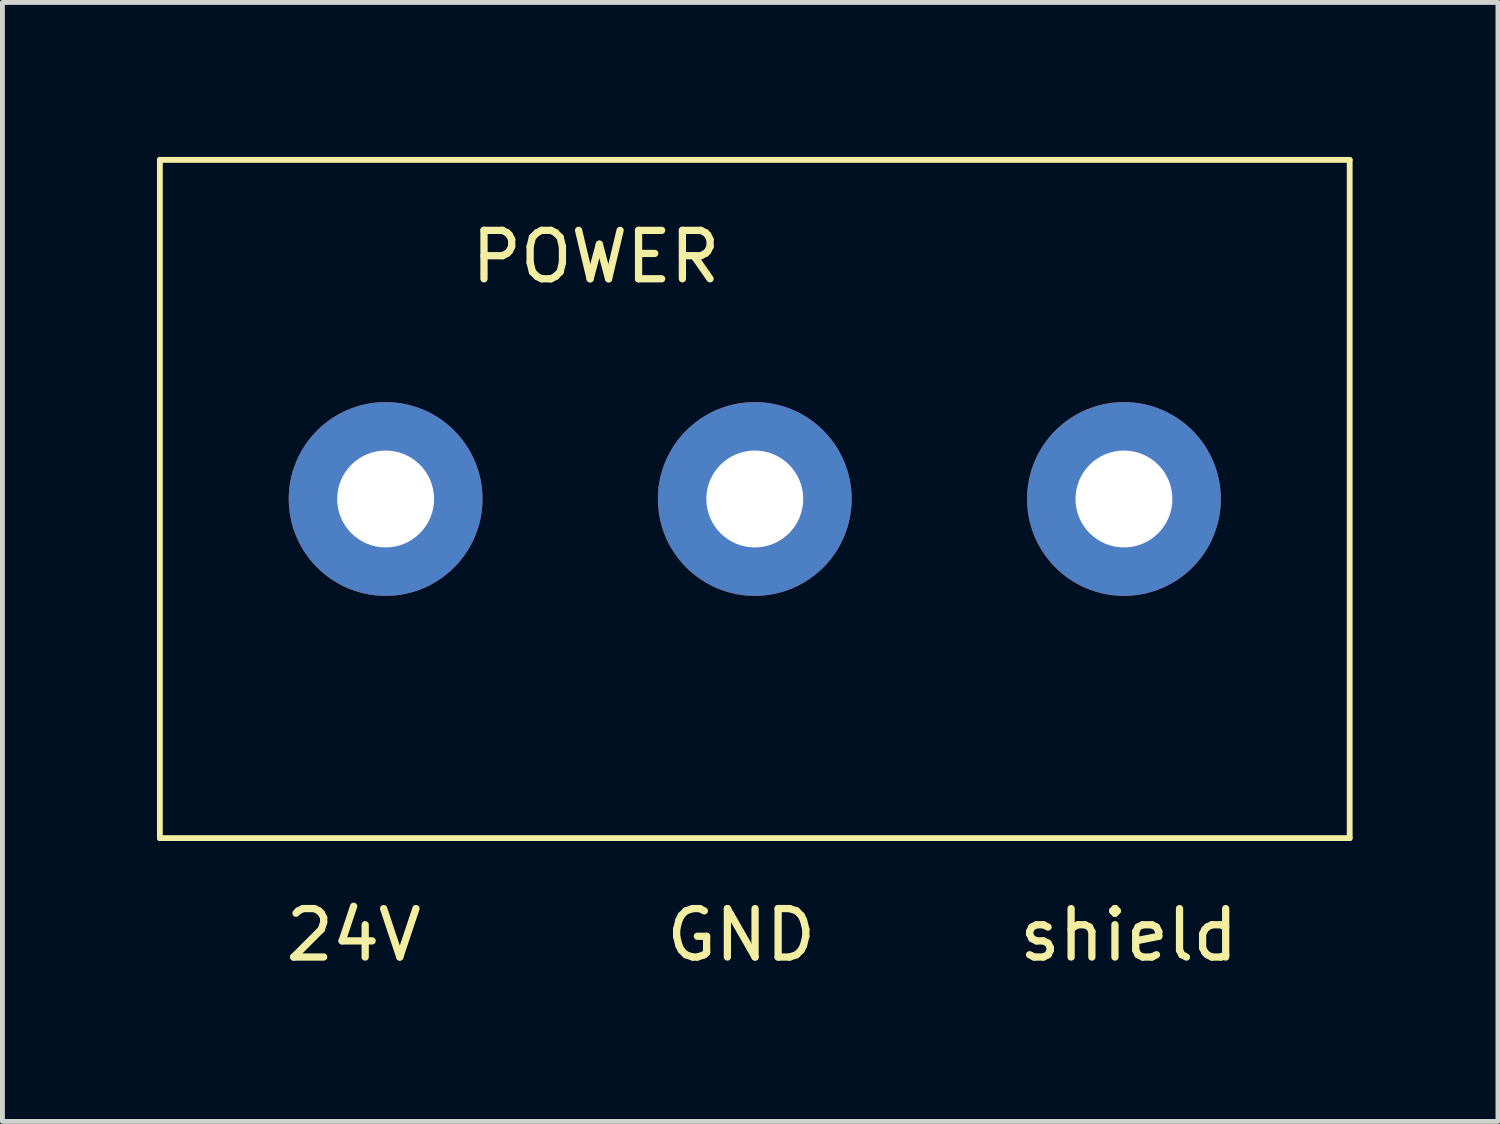
<source format=kicad_pcb>
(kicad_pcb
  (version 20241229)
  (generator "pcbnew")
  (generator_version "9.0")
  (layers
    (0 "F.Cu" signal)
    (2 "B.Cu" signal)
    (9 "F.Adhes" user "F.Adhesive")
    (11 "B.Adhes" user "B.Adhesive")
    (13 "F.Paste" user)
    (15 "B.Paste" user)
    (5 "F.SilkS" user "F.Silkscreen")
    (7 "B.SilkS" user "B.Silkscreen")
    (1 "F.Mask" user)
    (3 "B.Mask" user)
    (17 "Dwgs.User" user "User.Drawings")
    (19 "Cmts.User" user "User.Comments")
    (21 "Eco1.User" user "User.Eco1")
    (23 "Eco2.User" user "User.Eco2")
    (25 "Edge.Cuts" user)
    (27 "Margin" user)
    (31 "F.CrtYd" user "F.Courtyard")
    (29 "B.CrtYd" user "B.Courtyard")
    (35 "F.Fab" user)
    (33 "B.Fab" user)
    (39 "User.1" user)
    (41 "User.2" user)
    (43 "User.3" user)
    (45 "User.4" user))
  (footprint "POWER"
    (layer "F.Cu")
    (at 0.25 0.25)
    (property "Reference" "POWER" (at 9 2 0) (unlocked yes) (layer "F.SilkS") (effects (font (size 1 1) (thickness 0.15))))
    (attr smd)
    (fp_line (start 0 0) (end 24.56 0) (stroke (width 0.12) (type solid)) (layer "F.SilkS"))
    (fp_line (start 0 14) (end 0 0) (stroke (width 0.12) (type solid)) (layer "F.SilkS"))
    (fp_line (start 24.56 0) (end 24.56 14) (stroke (width 0.12) (type solid)) (layer "F.SilkS"))
    (fp_line (start 24.56 14) (end 0 14) (stroke (width 0.12) (type solid)) (layer "F.SilkS"))
    (fp_text user "GND" (at 12 16 0) (unlocked yes) (layer "F.SilkS") (effects (font (size 1 1) (thickness 0.15))))
    (fp_text user "24V" (at 4 16 0) (unlocked yes) (layer "F.SilkS") (effects (font (size 1 1) (thickness 0.15))))
    (fp_text user "shield" (at 20 16 0) (unlocked yes) (layer "F.SilkS") (effects (font (size 1 1) (thickness 0.15))))
    (pad "1" thru_hole circle (at 4.66 7) (size 4 4) (drill 2) (layers "*.Cu" "*.Mask") (remove_unused_layers yes) (keep_end_layers yes) (zone_layer_connections))
    (pad "2" thru_hole circle (at 12.28 7) (size 4 4) (drill 2) (layers "*.Cu" "*.Mask") (remove_unused_layers yes) (keep_end_layers yes) (zone_layer_connections))
    (pad "3" thru_hole circle (at 19.9 7) (size 4 4) (drill 2) (layers "*.Cu" "*.Mask") (remove_unused_layers yes) (keep_end_layers yes) (zone_layer_connections)))
  (gr_rect
    (start -3 -3)
    (end 27.87 20.098)
    (stroke (width 0.1) (type default))
    (fill no)
    (layer "Edge.Cuts")))
</source>
